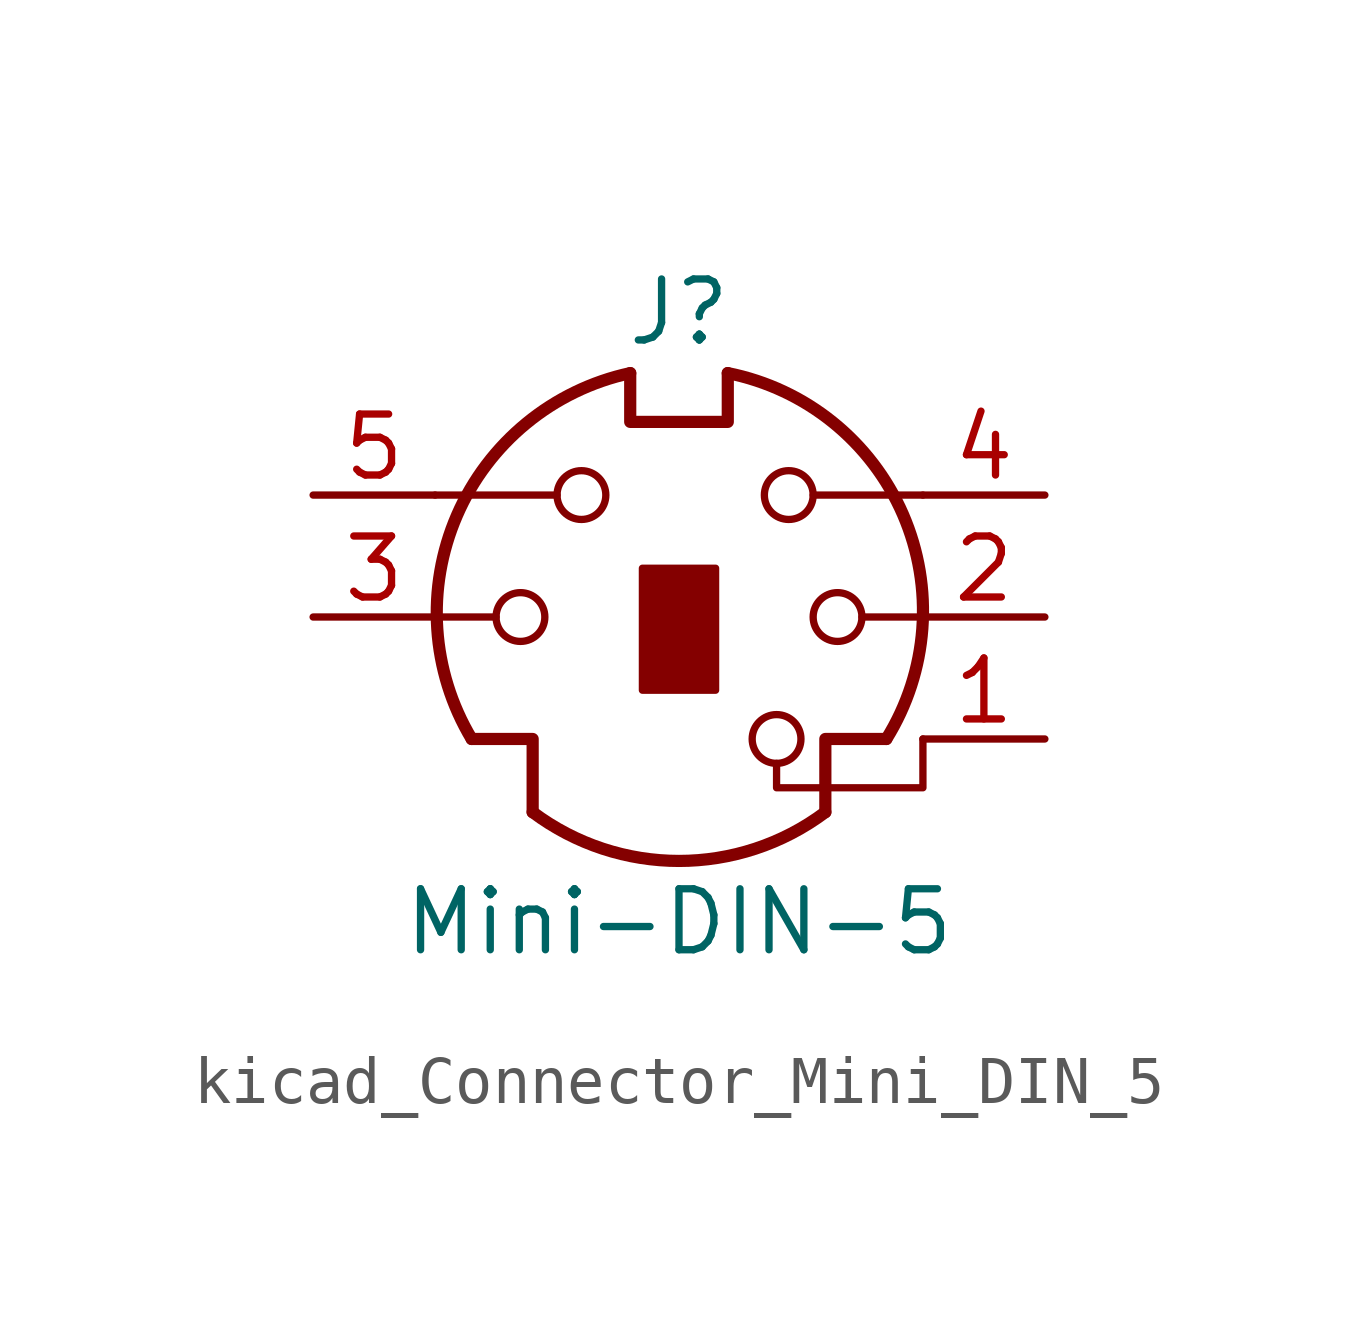
<source format=kicad_sym>
(kicad_symbol_lib
  (version 20220914)
  (generator kicad_symbol_editor)
  (symbol "kicad_Connector_Mini_DIN_5"
    (pin_names
      (offset 1.016))
    (property "Reference" "J"
      (at 0 6.35 0)
      (effects (font (size 1.27 1.27))))
    (property "Value" "Mini-DIN-5"
      (at 0 -6.35 0)
      (effects (font (size 1.27 1.27))))
    (symbol "kicad_Connector_Mini_DIN_5_0_1"
      (circle (center -3.302 0) (radius 0.508) (stroke (width 0) (type default)) (fill (type none)))
      (arc (start -3.048 -4.064) (mid 0 -5.08) (end 3.048 -4.064) (stroke (width 0.254) (type default)) (fill (type none)))
      (circle (center -2.032 2.54) (radius 0.508) (stroke (width 0) (type default)) (fill (type none)))
      (arc (start -1.016 5.08) (mid -4.6228 2.1214) (end -4.318 -2.54) (stroke (width 0.254) (type default)) (fill (type none)))
      (rectangle (start -0.762 1.016) (end 0.762 -1.524) (stroke (width 0) (type default)) (fill (type outline)))
      (polyline (pts (xy -3.81 0) (xy -5.08 0)) (stroke (width 0) (type default)) (fill (type none)))
      (polyline (pts (xy -2.54 2.54) (xy -5.08 2.54)) (stroke (width 0) (type default)) (fill (type none)))
      (polyline (pts (xy 2.794 2.54) (xy 5.08 2.54)) (stroke (width 0) (type default)) (fill (type none)))
      (polyline (pts (xy 5.08 0) (xy 3.81 0)) (stroke (width 0) (type default)) (fill (type none)))
      (polyline (pts (xy -4.318 -2.54) (xy -3.048 -2.54) (xy -3.048 -4.064)) (stroke (width 0.254) (type default)) (fill (type none)))
      (polyline (pts (xy 4.318 -2.54) (xy 3.048 -2.54) (xy 3.048 -4.064)) (stroke (width 0.254) (type default)) (fill (type none)))
      (polyline (pts (xy -1.016 5.08) (xy -1.016 4.064) (xy 1.016 4.064) (xy 1.016 5.08)) (stroke (width 0.254) (type default)) (fill (type none)))
      (polyline (pts (xy 2.032 -3.048) (xy 2.032 -3.556) (xy 5.08 -3.556) (xy 5.08 -2.54)) (stroke (width 0) (type default)) (fill (type none)))
      (circle (center 2.032 -2.54) (radius 0.508) (stroke (width 0) (type default)) (fill (type none)))
      (circle (center 2.286 2.54) (radius 0.508) (stroke (width 0) (type default)) (fill (type none)))
      (circle (center 3.302 0) (radius 0.508) (stroke (width 0) (type default)) (fill (type none)))
      (arc (start 4.318 -2.54) (mid 4.6661 2.1322) (end 1.016 5.08) (stroke (width 0.254) (type default)) (fill (type none))))
    (symbol "kicad_Connector_Mini_DIN_5_1_1"
      (pin passive line (at 7.62 -2.54 180) (length 2.54) (name "~" (effects (font (size 1.27 1.27)))) (number "1" (effects (font (size 1.27 1.27)))))
      (pin passive line (at 7.62 0 180) (length 2.54) (name "~" (effects (font (size 1.27 1.27)))) (number "2" (effects (font (size 1.27 1.27)))))
      (pin passive line (at -7.62 0 0) (length 2.54) (name "~" (effects (font (size 1.27 1.27)))) (number "3" (effects (font (size 1.27 1.27)))))
      (pin passive line (at 7.62 2.54 180) (length 2.54) (name "~" (effects (font (size 1.27 1.27)))) (number "4" (effects (font (size 1.27 1.27)))))
      (pin passive line (at -7.62 2.54 0) (length 2.54) (name "~" (effects (font (size 1.27 1.27)))) (number "5" (effects (font (size 1.27 1.27))))))))
</source>
